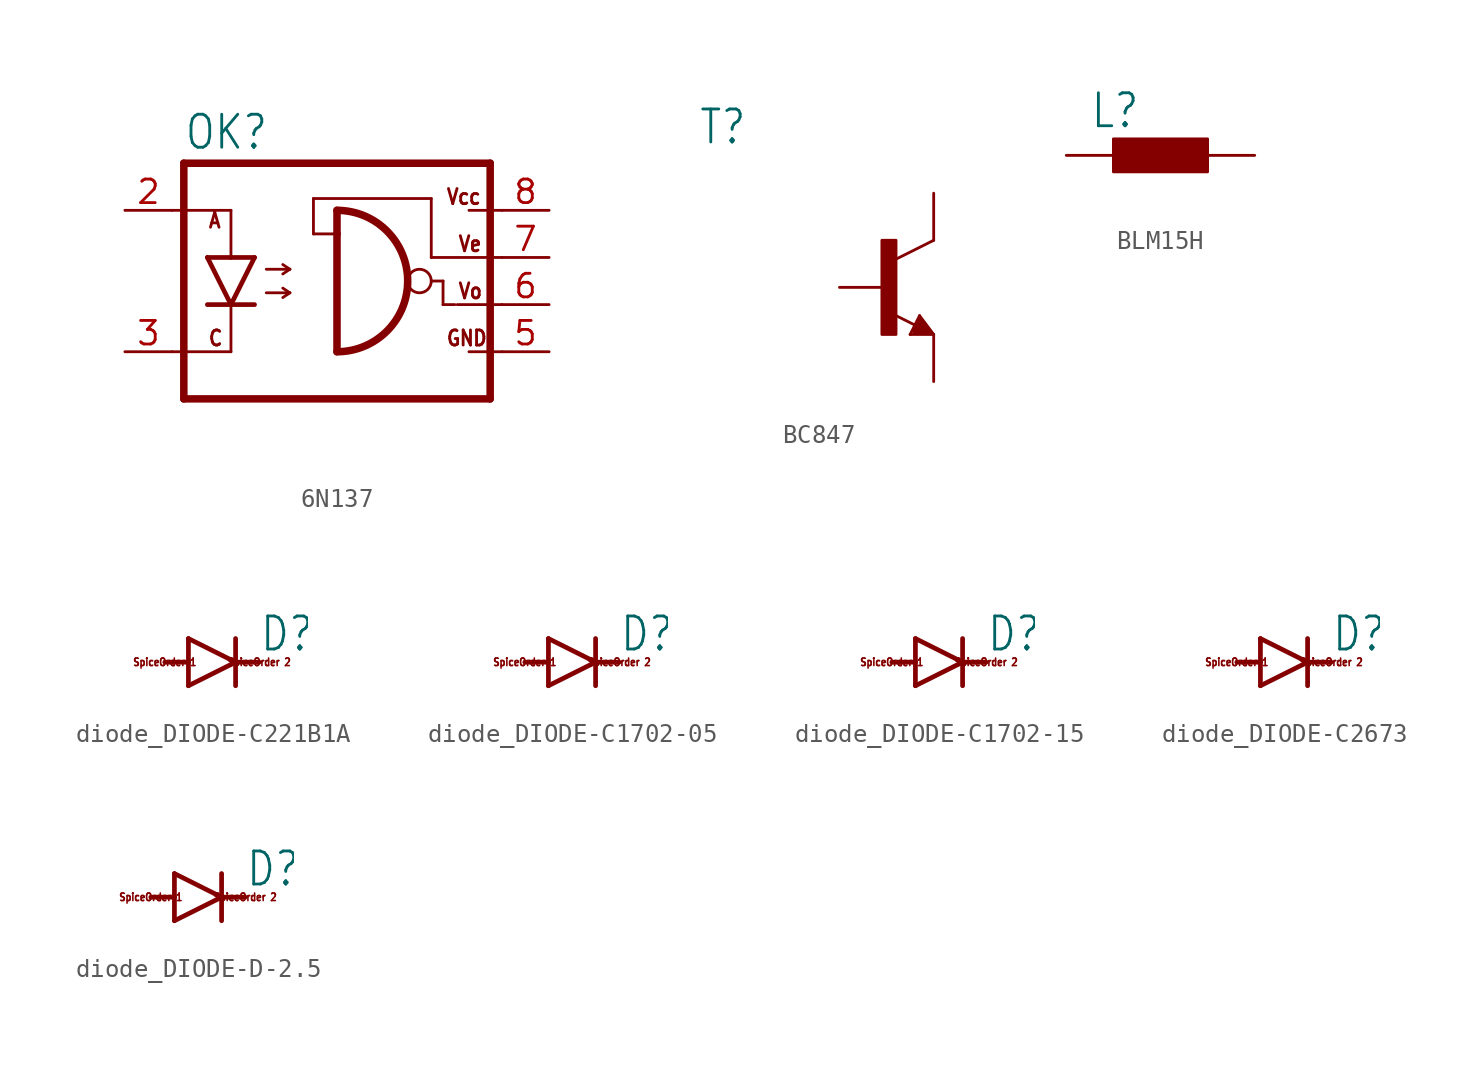
<source format=kicad_sym>
(kicad_symbol_lib
  (version 20231120)
  (generator "kicad_symbol_editor")
  (generator_version "8.0")
  (symbol "6N137"
    (property "Reference" "OK"
      (at -9.525 8.255 0)
      (effects (font (size 1.778 1.511)) (justify left bottom)))
    (property "Value" ""
      (at -9.525 -7.62 0)
      (effects (font (size 1.778 1.511)) (justify left bottom)))
    (property "ki_locked" ""
      (at 0 0 0)
      (effects (font (size 1.27 1.27))))
    (symbol "6N137_1_0"
      (arc (start -1.27 -2.54) (mid 2.54 1.27) (end -1.27 5.08) (stroke (width 0.4064) (type solid)) (fill (type none)))
      (polyline (pts (xy -10.16 -2.54) (xy -6.985 -2.54)) (stroke (width 0.152) (type solid)) (fill (type none)))
      (polyline (pts (xy -10.16 5.08) (xy -6.985 5.08)) (stroke (width 0.152) (type solid)) (fill (type none)))
      (polyline (pts (xy -9.525 7.62) (xy -9.525 -5.08)) (stroke (width 0.406) (type solid)) (fill (type none)))
      (polyline (pts (xy -6.985 -2.54) (xy -6.985 0)) (stroke (width 0.152) (type solid)) (fill (type none)))
      (polyline (pts (xy -6.985 0) (xy -8.255 0)) (stroke (width 0.254) (type solid)) (fill (type none)))
      (polyline (pts (xy -6.985 0) (xy -8.255 2.54)) (stroke (width 0.254) (type solid)) (fill (type none)))
      (polyline (pts (xy -6.985 2.54) (xy -8.255 2.54)) (stroke (width 0.254) (type solid)) (fill (type none)))
      (polyline (pts (xy -6.985 2.54) (xy -6.985 5.08)) (stroke (width 0.152) (type solid)) (fill (type none)))
      (polyline (pts (xy -5.715 0) (xy -6.985 0)) (stroke (width 0.254) (type solid)) (fill (type none)))
      (polyline (pts (xy -5.715 2.54) (xy -6.985 0)) (stroke (width 0.254) (type solid)) (fill (type none)))
      (polyline (pts (xy -5.715 2.54) (xy -6.985 2.54)) (stroke (width 0.254) (type solid)) (fill (type none)))
      (polyline (pts (xy -5.08 0.635) (xy -3.81 0.635)) (stroke (width 0.152) (type solid)) (fill (type none)))
      (polyline (pts (xy -5.08 1.905) (xy -3.81 1.905)) (stroke (width 0.152) (type solid)) (fill (type none)))
      (polyline (pts (xy -3.81 0.635) (xy -4.191 0.381)) (stroke (width 0.152) (type solid)) (fill (type none)))
      (polyline (pts (xy -3.81 0.635) (xy -4.191 0.889)) (stroke (width 0.152) (type solid)) (fill (type none)))
      (polyline (pts (xy -3.81 1.905) (xy -4.191 1.651)) (stroke (width 0.152) (type solid)) (fill (type none)))
      (polyline (pts (xy -3.81 1.905) (xy -4.191 2.159)) (stroke (width 0.152) (type solid)) (fill (type none)))
      (polyline (pts (xy -2.54 3.81) (xy -2.54 5.715)) (stroke (width 0.152) (type solid)) (fill (type none)))
      (polyline (pts (xy -2.54 5.715) (xy 3.81 5.715)) (stroke (width 0.152) (type solid)) (fill (type none)))
      (polyline (pts (xy -1.27 3.81) (xy -2.54 3.81)) (stroke (width 0.152) (type solid)) (fill (type none)))
      (polyline (pts (xy -1.27 3.81) (xy -1.27 -2.54)) (stroke (width 0.406) (type solid)) (fill (type none)))
      (polyline (pts (xy -1.27 5.08) (xy -1.27 3.81)) (stroke (width 0.406) (type solid)) (fill (type none)))
      (polyline (pts (xy 3.81 1.27) (xy 4.445 1.27)) (stroke (width 0.152) (type solid)) (fill (type none)))
      (polyline (pts (xy 3.81 2.54) (xy 7.62 2.54)) (stroke (width 0.152) (type solid)) (fill (type none)))
      (polyline (pts (xy 3.81 5.715) (xy 3.81 2.54)) (stroke (width 0.152) (type solid)) (fill (type none)))
      (polyline (pts (xy 4.445 0) (xy 5.08 0)) (stroke (width 0.152) (type solid)) (fill (type none)))
      (polyline (pts (xy 4.445 1.27) (xy 4.445 0)) (stroke (width 0.152) (type solid)) (fill (type none)))
      (polyline (pts (xy 5.207 0) (xy 7.62 0)) (stroke (width 0.152) (type solid)) (fill (type none)))
      (polyline (pts (xy 5.842 -2.54) (xy 7.62 -2.54)) (stroke (width 0.152) (type solid)) (fill (type none)))
      (polyline (pts (xy 5.842 5.08) (xy 7.62 5.08)) (stroke (width 0.152) (type solid)) (fill (type none)))
      (polyline (pts (xy 6.985 -5.08) (xy -9.525 -5.08)) (stroke (width 0.406) (type solid)) (fill (type none)))
      (polyline (pts (xy 6.985 7.62) (xy -9.525 7.62)) (stroke (width 0.406) (type solid)) (fill (type none)))
      (polyline (pts (xy 6.985 7.62) (xy 6.985 -5.08)) (stroke (width 0.406) (type solid)) (fill (type none)))
      (circle (center 3.175 1.27) (radius 0.635) (stroke (width 0.152) (type solid)) (fill (type none)))
      (text "A" (at -8.255 4.064 0) (effects (font (size 0.813 0.691)) (justify left bottom)))
      (text "C" (at -8.255 -2.286 0) (effects (font (size 0.813 0.691)) (justify left bottom)))
      (text "GND" (at 4.572 -2.286 0) (effects (font (size 0.813 0.691)) (justify left bottom)))
      (text "Vcc" (at 4.572 5.334 0) (effects (font (size 0.813 0.691)) (justify left bottom)))
      (text "Ve" (at 5.207 2.794 0) (effects (font (size 0.813 0.691)) (justify left bottom)))
      (text "Vo" (at 5.207 0.254 0) (effects (font (size 0.813 0.691)) (justify left bottom)))
      (pin passive line (at -12.7 5.08 0) (length 2.54) (name "A" (effects (font (size 0 0)))) (number "2" (effects (font (size 1.27 1.27)))))
      (pin passive line (at -12.7 -2.54 0) (length 2.54) (name "C" (effects (font (size 0 0)))) (number "3" (effects (font (size 1.27 1.27)))))
      (pin passive line (at 10.16 -2.54 180) (length 2.54) (name "GND" (effects (font (size 0 0)))) (number "5" (effects (font (size 1.27 1.27)))))
      (pin passive line (at 10.16 0 180) (length 2.54) (name "VO" (effects (font (size 0 0)))) (number "6" (effects (font (size 1.27 1.27)))))
      (pin passive line (at 10.16 2.54 180) (length 2.54) (name "VE" (effects (font (size 0 0)))) (number "7" (effects (font (size 1.27 1.27)))))
      (pin passive line (at 10.16 5.08 180) (length 2.54) (name "VCC" (effects (font (size 0 0)))) (number "8" (effects (font (size 1.27 1.27)))))))
  (symbol "BC847"
    (property "Reference" "T"
      (at -10.16 7.62 0)
      (effects (font (size 1.778 1.511)) (justify left bottom)))
    (property "Value" ""
      (at -10.16 5.08 0)
      (effects (font (size 1.778 1.511)) (justify left bottom)))
    (property "ki_locked" ""
      (at 0 0 0)
      (effects (font (size 1.27 1.27))))
    (symbol "BC847_1_0"
      (rectangle (start -0.254 -2.54) (end 0.508 2.54) (stroke (width 0) (type default)) (fill (type outline)))
      (polyline (pts (xy 1.27 -2.54) (xy 1.778 -1.524)) (stroke (width 0.152) (type solid)) (fill (type none)))
      (polyline (pts (xy 1.524 -2.413) (xy 2.286 -2.413)) (stroke (width 0.254) (type solid)) (fill (type none)))
      (polyline (pts (xy 1.524 -2.286) (xy 1.905 -2.286)) (stroke (width 0.254) (type solid)) (fill (type none)))
      (polyline (pts (xy 1.54 -2.04) (xy 0.308 -1.424)) (stroke (width 0.152) (type solid)) (fill (type none)))
      (polyline (pts (xy 1.778 -1.778) (xy 1.524 -2.286)) (stroke (width 0.254) (type solid)) (fill (type none)))
      (polyline (pts (xy 1.778 -1.524) (xy 2.54 -2.54)) (stroke (width 0.152) (type solid)) (fill (type none)))
      (polyline (pts (xy 1.905 -2.286) (xy 1.778 -2.032)) (stroke (width 0.254) (type solid)) (fill (type none)))
      (polyline (pts (xy 2.286 -2.413) (xy 1.778 -1.778)) (stroke (width 0.254) (type solid)) (fill (type none)))
      (polyline (pts (xy 2.54 -2.54) (xy 1.27 -2.54)) (stroke (width 0.152) (type solid)) (fill (type none)))
      (polyline (pts (xy 2.54 2.54) (xy 0.508 1.524)) (stroke (width 0.152) (type solid)) (fill (type none)))
      (pin passive line (at -2.54 0 0) (length 2.54) (name "B" (effects (font (size 0 0)))) (number "1" (effects (font (size 0 0)))))
      (pin passive line (at 2.54 -5.08 90) (length 2.54) (name "E" (effects (font (size 0 0)))) (number "2" (effects (font (size 0 0)))))
      (pin passive line (at 2.54 5.08 270) (length 2.54) (name "C" (effects (font (size 0 0)))) (number "3" (effects (font (size 0 0)))))))
  (symbol "BLM15H"
    (property "Reference" "L"
      (at -3.81 1.372 0)
      (effects (font (size 1.778 1.511)) (justify left bottom)))
    (property "Value" ""
      (at -3.81 -2.921 0)
      (effects (font (size 1.778 1.511)) (justify left bottom)))
    (property "ki_locked" ""
      (at 0 0 0)
      (effects (font (size 1.27 1.27))))
    (symbol "BLM15H_1_0"
      (rectangle (start -2.54 -0.889) (end 2.54 0.889) (stroke (width 0) (type default)) (fill (type outline)))
      (pin passive line (at -5.08 0 0) (length 2.54) (name "1" (effects (font (size 0 0)))) (number "1" (effects (font (size 0 0)))))
      (pin passive line (at 5.08 0 180) (length 2.54) (name "2" (effects (font (size 0 0)))) (number "2" (effects (font (size 0 0)))))))
  (symbol "diode_DIODE-C221B1A"
    (property "Reference" "D"
      (at 2.54 0.483 0)
      (effects (font (size 1.778 1.511)) (justify left bottom)))
    (property "Value" ""
      (at 2.54 -2.311 0)
      (effects (font (size 1.778 1.511)) (justify left bottom)))
    (property "ki_locked" ""
      (at 0 0 0)
      (effects (font (size 1.27 1.27))))
    (symbol "diode_DIODE-C221B1A_1_0"
      (polyline (pts (xy -1.27 -1.27) (xy 1.27 0)) (stroke (width 0.254) (type solid)) (fill (type none)))
      (polyline (pts (xy -1.27 0) (xy -2.54 0)) (stroke (width 0.254) (type solid)) (fill (type none)))
      (polyline (pts (xy -1.27 0) (xy -1.27 -1.27)) (stroke (width 0.254) (type solid)) (fill (type none)))
      (polyline (pts (xy -1.27 1.27) (xy -1.27 0)) (stroke (width 0.254) (type solid)) (fill (type none)))
      (polyline (pts (xy 1.27 0) (xy -1.27 1.27)) (stroke (width 0.254) (type solid)) (fill (type none)))
      (polyline (pts (xy 1.27 0) (xy 1.27 -1.27)) (stroke (width 0.254) (type solid)) (fill (type none)))
      (polyline (pts (xy 1.27 1.27) (xy 1.27 0)) (stroke (width 0.254) (type solid)) (fill (type none)))
      (polyline (pts (xy 2.54 0) (xy 1.27 0)) (stroke (width 0.254) (type solid)) (fill (type none)))
      (text "SpiceOrder 1" (at -2.54 0 0) (effects (font (size 0.406 0.345))))
      (text "SpiceOrder 2" (at 2.54 0 0) (effects (font (size 0.406 0.345))))
      (pin passive line (at -2.54 0 0) (length 0) (name "A" (effects (font (size 0 0)))) (number "A" (effects (font (size 0 0)))))
      (pin passive line (at 2.54 0 180) (length 0) (name "C" (effects (font (size 0 0)))) (number "C" (effects (font (size 0 0)))))))
  (symbol "diode_DIODE-C1702-05"
    (property "Reference" "D"
      (at 2.54 0.483 0)
      (effects (font (size 1.778 1.511)) (justify left bottom)))
    (property "Value" ""
      (at 2.54 -2.311 0)
      (effects (font (size 1.778 1.511)) (justify left bottom)))
    (property "ki_locked" ""
      (at 0 0 0)
      (effects (font (size 1.27 1.27))))
    (symbol "diode_DIODE-C1702-05_1_0"
      (polyline (pts (xy -1.27 -1.27) (xy 1.27 0)) (stroke (width 0.254) (type solid)) (fill (type none)))
      (polyline (pts (xy -1.27 0) (xy -2.54 0)) (stroke (width 0.254) (type solid)) (fill (type none)))
      (polyline (pts (xy -1.27 0) (xy -1.27 -1.27)) (stroke (width 0.254) (type solid)) (fill (type none)))
      (polyline (pts (xy -1.27 1.27) (xy -1.27 0)) (stroke (width 0.254) (type solid)) (fill (type none)))
      (polyline (pts (xy 1.27 0) (xy -1.27 1.27)) (stroke (width 0.254) (type solid)) (fill (type none)))
      (polyline (pts (xy 1.27 0) (xy 1.27 -1.27)) (stroke (width 0.254) (type solid)) (fill (type none)))
      (polyline (pts (xy 1.27 1.27) (xy 1.27 0)) (stroke (width 0.254) (type solid)) (fill (type none)))
      (polyline (pts (xy 2.54 0) (xy 1.27 0)) (stroke (width 0.254) (type solid)) (fill (type none)))
      (text "SpiceOrder 1" (at -2.54 0 0) (effects (font (size 0.406 0.345))))
      (text "SpiceOrder 2" (at 2.54 0 0) (effects (font (size 0.406 0.345))))
      (pin passive line (at -2.54 0 0) (length 0) (name "A" (effects (font (size 0 0)))) (number "A" (effects (font (size 0 0)))))
      (pin passive line (at 2.54 0 180) (length 0) (name "C" (effects (font (size 0 0)))) (number "C" (effects (font (size 0 0)))))))
  (symbol "diode_DIODE-C1702-15"
    (property "Reference" "D"
      (at 2.54 0.483 0)
      (effects (font (size 1.778 1.511)) (justify left bottom)))
    (property "Value" ""
      (at 2.54 -2.311 0)
      (effects (font (size 1.778 1.511)) (justify left bottom)))
    (property "ki_locked" ""
      (at 0 0 0)
      (effects (font (size 1.27 1.27))))
    (symbol "diode_DIODE-C1702-15_1_0"
      (polyline (pts (xy -1.27 -1.27) (xy 1.27 0)) (stroke (width 0.254) (type solid)) (fill (type none)))
      (polyline (pts (xy -1.27 0) (xy -2.54 0)) (stroke (width 0.254) (type solid)) (fill (type none)))
      (polyline (pts (xy -1.27 0) (xy -1.27 -1.27)) (stroke (width 0.254) (type solid)) (fill (type none)))
      (polyline (pts (xy -1.27 1.27) (xy -1.27 0)) (stroke (width 0.254) (type solid)) (fill (type none)))
      (polyline (pts (xy 1.27 0) (xy -1.27 1.27)) (stroke (width 0.254) (type solid)) (fill (type none)))
      (polyline (pts (xy 1.27 0) (xy 1.27 -1.27)) (stroke (width 0.254) (type solid)) (fill (type none)))
      (polyline (pts (xy 1.27 1.27) (xy 1.27 0)) (stroke (width 0.254) (type solid)) (fill (type none)))
      (polyline (pts (xy 2.54 0) (xy 1.27 0)) (stroke (width 0.254) (type solid)) (fill (type none)))
      (text "SpiceOrder 1" (at -2.54 0 0) (effects (font (size 0.406 0.345))))
      (text "SpiceOrder 2" (at 2.54 0 0) (effects (font (size 0.406 0.345))))
      (pin passive line (at -2.54 0 0) (length 0) (name "A" (effects (font (size 0 0)))) (number "A" (effects (font (size 0 0)))))
      (pin passive line (at 2.54 0 180) (length 0) (name "C" (effects (font (size 0 0)))) (number "C" (effects (font (size 0 0)))))))
  (symbol "diode_DIODE-C2673"
    (property "Reference" "D"
      (at 2.54 0.483 0)
      (effects (font (size 1.778 1.511)) (justify left bottom)))
    (property "Value" ""
      (at 2.54 -2.311 0)
      (effects (font (size 1.778 1.511)) (justify left bottom)))
    (property "ki_locked" ""
      (at 0 0 0)
      (effects (font (size 1.27 1.27))))
    (symbol "diode_DIODE-C2673_1_0"
      (polyline (pts (xy -1.27 -1.27) (xy 1.27 0)) (stroke (width 0.254) (type solid)) (fill (type none)))
      (polyline (pts (xy -1.27 0) (xy -2.54 0)) (stroke (width 0.254) (type solid)) (fill (type none)))
      (polyline (pts (xy -1.27 0) (xy -1.27 -1.27)) (stroke (width 0.254) (type solid)) (fill (type none)))
      (polyline (pts (xy -1.27 1.27) (xy -1.27 0)) (stroke (width 0.254) (type solid)) (fill (type none)))
      (polyline (pts (xy 1.27 0) (xy -1.27 1.27)) (stroke (width 0.254) (type solid)) (fill (type none)))
      (polyline (pts (xy 1.27 0) (xy 1.27 -1.27)) (stroke (width 0.254) (type solid)) (fill (type none)))
      (polyline (pts (xy 1.27 1.27) (xy 1.27 0)) (stroke (width 0.254) (type solid)) (fill (type none)))
      (polyline (pts (xy 2.54 0) (xy 1.27 0)) (stroke (width 0.254) (type solid)) (fill (type none)))
      (text "SpiceOrder 1" (at -2.54 0 0) (effects (font (size 0.406 0.345))))
      (text "SpiceOrder 2" (at 2.54 0 0) (effects (font (size 0.406 0.345))))
      (pin passive line (at -2.54 0 0) (length 0) (name "A" (effects (font (size 0 0)))) (number "A" (effects (font (size 0 0)))))
      (pin passive line (at 2.54 0 180) (length 0) (name "C" (effects (font (size 0 0)))) (number "C" (effects (font (size 0 0)))))))
  (symbol "diode_DIODE-D-2.5"
    (property "Reference" "D"
      (at 2.54 0.483 0)
      (effects (font (size 1.778 1.511)) (justify left bottom)))
    (property "Value" ""
      (at 2.54 -2.311 0)
      (effects (font (size 1.778 1.511)) (justify left bottom)))
    (property "ki_locked" ""
      (at 0 0 0)
      (effects (font (size 1.27 1.27))))
    (symbol "diode_DIODE-D-2.5_1_0"
      (polyline (pts (xy -1.27 -1.27) (xy 1.27 0)) (stroke (width 0.254) (type solid)) (fill (type none)))
      (polyline (pts (xy -1.27 0) (xy -2.54 0)) (stroke (width 0.254) (type solid)) (fill (type none)))
      (polyline (pts (xy -1.27 0) (xy -1.27 -1.27)) (stroke (width 0.254) (type solid)) (fill (type none)))
      (polyline (pts (xy -1.27 1.27) (xy -1.27 0)) (stroke (width 0.254) (type solid)) (fill (type none)))
      (polyline (pts (xy 1.27 0) (xy -1.27 1.27)) (stroke (width 0.254) (type solid)) (fill (type none)))
      (polyline (pts (xy 1.27 0) (xy 1.27 -1.27)) (stroke (width 0.254) (type solid)) (fill (type none)))
      (polyline (pts (xy 1.27 1.27) (xy 1.27 0)) (stroke (width 0.254) (type solid)) (fill (type none)))
      (polyline (pts (xy 2.54 0) (xy 1.27 0)) (stroke (width 0.254) (type solid)) (fill (type none)))
      (text "SpiceOrder 1" (at -2.54 0 0) (effects (font (size 0.406 0.345))))
      (text "SpiceOrder 2" (at 2.54 0 0) (effects (font (size 0.406 0.345))))
      (pin passive line (at -2.54 0 0) (length 0) (name "A" (effects (font (size 0 0)))) (number "A" (effects (font (size 0 0)))))
      (pin passive line (at 2.54 0 180) (length 0) (name "C" (effects (font (size 0 0)))) (number "C" (effects (font (size 0 0))))))))
</source>
